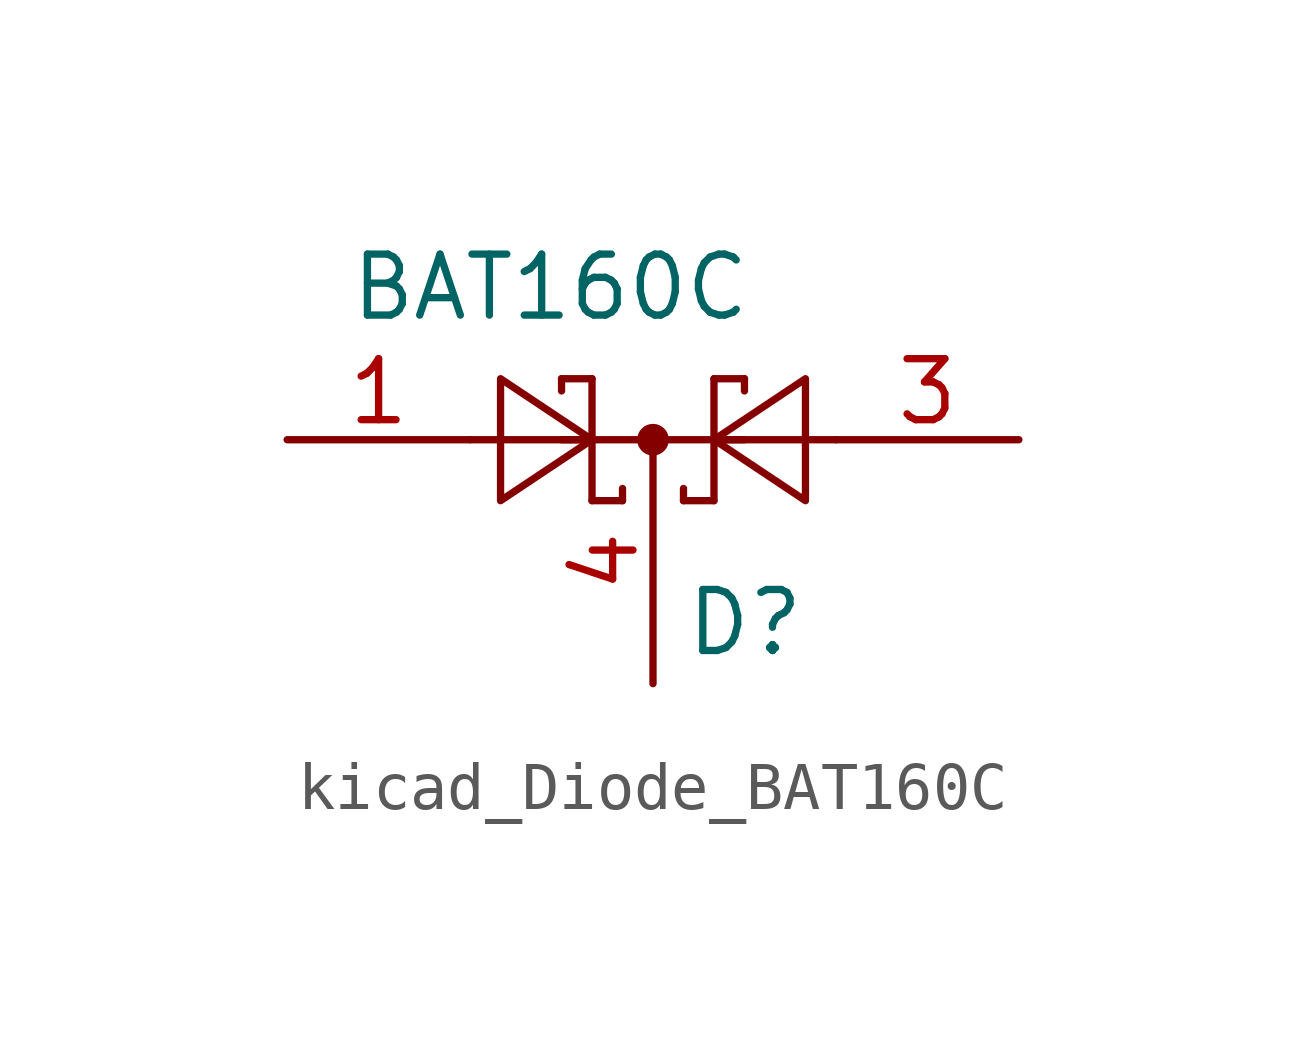
<source format=kicad_sym>
(kicad_symbol_lib
  (version 20220914)
  (generator kicad_symbol_editor)
  (symbol "kicad_Diode_BAT160C"
    (property "Reference" "D"
      (at 0.635 -3.81 0)
      (effects (font (size 1.27 1.27)) (justify left)))
    (property "Value" "BAT160C"
      (at -6.35 3.175 0)
      (effects (font (size 1.27 1.27)) (justify left)))
    (symbol "kicad_Diode_BAT160C_0_1"
      (polyline (pts (xy -1.905 0) (xy 1.905 0)) (stroke (width 0) (type default)) (fill (type none)))
      (polyline (pts (xy -1.905 1.27) (xy -1.905 1.016)) (stroke (width 0) (type default)) (fill (type none)))
      (polyline (pts (xy -1.27 -1.27) (xy -0.635 -1.27)) (stroke (width 0) (type default)) (fill (type none)))
      (polyline (pts (xy -1.27 0) (xy -3.81 0)) (stroke (width 0) (type default)) (fill (type none)))
      (polyline (pts (xy -1.27 1.27) (xy -1.905 1.27)) (stroke (width 0) (type default)) (fill (type none)))
      (polyline (pts (xy -1.27 1.27) (xy -1.27 -1.27)) (stroke (width 0) (type default)) (fill (type none)))
      (polyline (pts (xy -0.635 -1.27) (xy -0.635 -1.016)) (stroke (width 0) (type default)) (fill (type none)))
      (polyline (pts (xy 0.635 -1.27) (xy 0.635 -1.016)) (stroke (width 0) (type default)) (fill (type none)))
      (polyline (pts (xy 1.27 -1.27) (xy 0.635 -1.27)) (stroke (width 0) (type default)) (fill (type none)))
      (polyline (pts (xy 1.27 1.27) (xy 1.27 -1.27)) (stroke (width 0) (type default)) (fill (type none)))
      (polyline (pts (xy 1.27 1.27) (xy 1.905 1.27)) (stroke (width 0) (type default)) (fill (type none)))
      (polyline (pts (xy 1.905 1.27) (xy 1.905 1.016)) (stroke (width 0) (type default)) (fill (type none)))
      (polyline (pts (xy 3.81 0) (xy 1.27 0)) (stroke (width 0) (type default)) (fill (type none)))
      (polyline (pts (xy -3.175 -1.27) (xy -3.175 1.27) (xy -1.27 0) (xy -3.175 -1.27)) (stroke (width 0) (type default)) (fill (type none)))
      (polyline (pts (xy 3.175 -1.27) (xy 3.175 1.27) (xy 1.27 0) (xy 3.175 -1.27)) (stroke (width 0) (type default)) (fill (type none)))
      (circle (center 0 0) (radius 0.254) (stroke (width 0) (type default)) (fill (type outline))))
    (symbol "kicad_Diode_BAT160C_1_1"
      (pin passive line (at -7.62 0 0) (length 3.81) (name "~" (effects (font (size 1.27 1.27)))) (number "1" (effects (font (size 1.27 1.27)))))
      (pin no_connect line (at 0 0 270) (length 2.54) hide (name "NC" (effects (font (size 1.27 1.27)))) (number "2" (effects (font (size 1.27 1.27)))))
      (pin passive line (at 7.62 0 180) (length 3.81) (name "~" (effects (font (size 1.27 1.27)))) (number "3" (effects (font (size 1.27 1.27)))))
      (pin passive line (at 0 -5.08 90) (length 5.08) (name "~" (effects (font (size 1.27 1.27)))) (number "4" (effects (font (size 1.27 1.27))))))))
</source>
